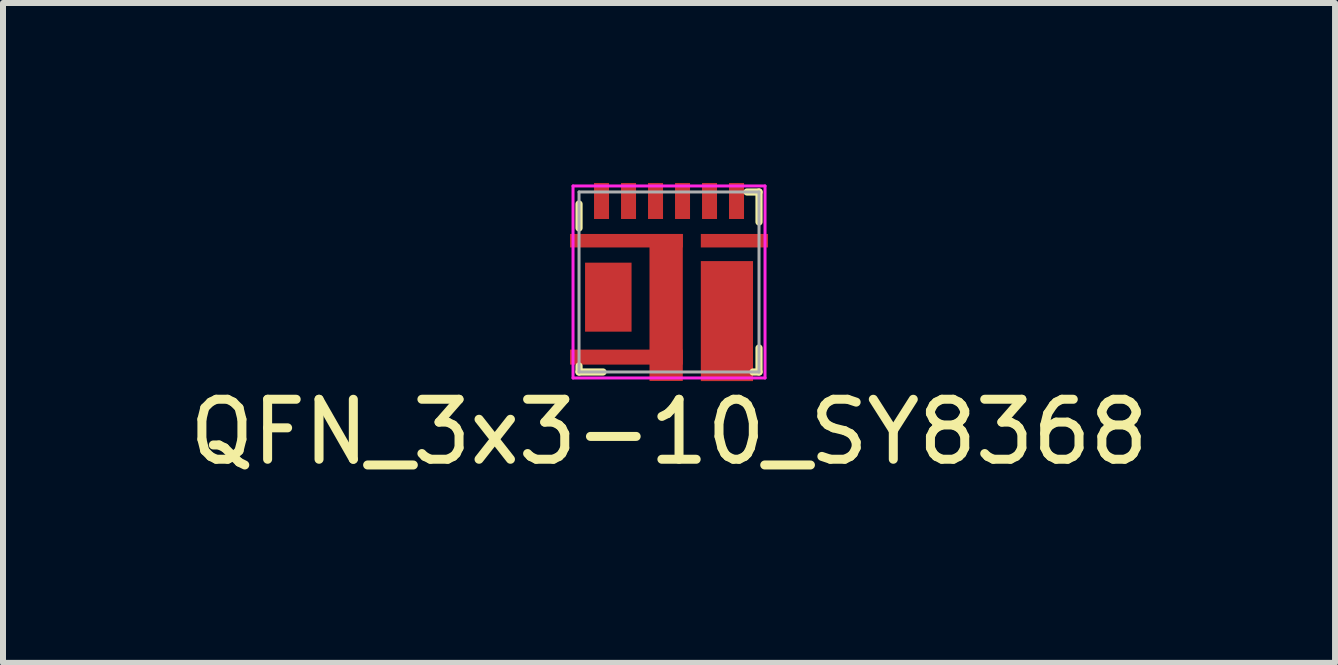
<source format=kicad_pcb>
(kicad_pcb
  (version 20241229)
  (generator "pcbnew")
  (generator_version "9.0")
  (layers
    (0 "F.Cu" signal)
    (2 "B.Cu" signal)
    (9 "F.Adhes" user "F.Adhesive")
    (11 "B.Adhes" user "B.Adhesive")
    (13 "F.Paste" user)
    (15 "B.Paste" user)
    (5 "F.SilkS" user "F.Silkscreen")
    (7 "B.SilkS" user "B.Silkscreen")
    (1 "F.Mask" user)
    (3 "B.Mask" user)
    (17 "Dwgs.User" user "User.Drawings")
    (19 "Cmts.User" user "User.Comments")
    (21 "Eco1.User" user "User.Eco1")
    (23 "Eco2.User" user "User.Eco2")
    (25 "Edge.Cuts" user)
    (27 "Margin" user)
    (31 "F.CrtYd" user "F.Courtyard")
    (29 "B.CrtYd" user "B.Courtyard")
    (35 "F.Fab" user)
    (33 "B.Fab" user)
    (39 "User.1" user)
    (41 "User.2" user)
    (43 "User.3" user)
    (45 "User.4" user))
  (footprint "QFN_3x3-10_SY8368"
    (layer "F.Cu")
    (at 8.101 1.65)
    (property "Reference" "QFN_3x3-10_SY8368" (at 0 2.5 0) (layer "F.SilkS") (effects (font (size 1 1) (thickness 0.15))))
    (attr smd)
    (fp_line (start -1.5 -1.3) (end -1.5 -0.9) (stroke (width 0.12) (type solid)) (layer "F.SilkS"))
    (fp_line (start -1.5 1.4) (end -1.5 1.5) (stroke (width 0.12) (type solid)) (layer "F.SilkS"))
    (fp_line (start -1.5 1.5) (end -1.1 1.5) (stroke (width 0.12) (type solid)) (layer "F.SilkS"))
    (fp_line (start 1.3 -1.5) (end 1.5 -1.5) (stroke (width 0.12) (type solid)) (layer "F.SilkS"))
    (fp_line (start 1.4 1.5) (end 1.5 1.5) (stroke (width 0.12) (type solid)) (layer "F.SilkS"))
    (fp_line (start 1.5 -1.5) (end 1.5 -1) (stroke (width 0.12) (type solid)) (layer "F.SilkS"))
    (fp_line (start 1.5 1.5) (end 1.5 1.1) (stroke (width 0.12) (type solid)) (layer "F.SilkS"))
    (fp_line (start -1.6 -1.6) (end 1.6 -1.6) (stroke (width 0.05) (type solid)) (layer "F.CrtYd"))
    (fp_line (start -1.6 1.6) (end -1.6 -1.6) (stroke (width 0.05) (type solid)) (layer "F.CrtYd"))
    (fp_line (start 1.6 -1.6) (end 1.6 1.6) (stroke (width 0.05) (type solid)) (layer "F.CrtYd"))
    (fp_line (start 1.6 1.6) (end -1.6 1.6) (stroke (width 0.05) (type solid)) (layer "F.CrtYd"))
    (fp_line (start -1.5 -1.5) (end 1.5 -1.5) (stroke (width 0.05) (type solid)) (layer "F.Fab"))
    (fp_line (start -1.5 1.5) (end -1.5 -1.5) (stroke (width 0.05) (type solid)) (layer "F.Fab"))
    (fp_line (start 1.5 -1.5) (end 1.5 1.5) (stroke (width 0.05) (type solid)) (layer "F.Fab"))
    (fp_line (start 1.5 1.5) (end -1.5 1.5) (stroke (width 0.05) (type solid)) (layer "F.Fab"))
    (pad "" smd rect (at -1.282 -0.688) (size 0.4 0.175) (layers "F.Paste"))
    (pad "" smd rect (at -1.282 1.252) (size 0.4 0.175) (layers "F.Paste"))
    (pad "" smd rect (at -1.012 0.253) (size 0.6 0.8) (layers "F.Paste"))
    (pad "" smd rect (at -0.613 -0.688) (size 0.4 0.175) (layers "F.Paste"))
    (pad "" smd rect (at -0.613 1.252) (size 0.4 0.175) (layers "F.Paste"))
    (pad "" smd rect (at -0.043 -0.338) (size 0.4 0.6) (layers "F.Paste"))
    (pad "" smd rect (at -0.043 0.463) (size 0.4 0.6) (layers "F.Paste"))
    (pad "" smd rect (at -0.043 1.262) (size 0.4 0.6) (layers "F.Paste"))
    (pad "" smd rect (at 0.787 -0.688) (size 0.4 0.175) (layers "F.Paste"))
    (pad "" smd rect (at 0.958 0.152) (size 0.6 0.8) (layers "F.Paste"))
    (pad "" smd rect (at 0.958 1.163) (size 0.6 0.8) (layers "F.Paste"))
    (pad "" smd rect (at 1.387 -0.688) (size 0.4 0.175) (layers "F.Paste"))
    (pad "1" smd rect (at -1.125 -1.35) (size 0.25 0.6) (layers "F.Cu" "F.Mask" "F.Paste"))
    (pad "2" smd rect (at -0.675 -1.35) (size 0.25 0.6) (layers "F.Cu" "F.Mask" "F.Paste"))
    (pad "3" smd rect (at -0.225 -1.35) (size 0.25 0.6) (layers "F.Cu" "F.Mask" "F.Paste"))
    (pad "4" smd rect (at 0.225 -1.35) (size 0.25 0.6) (layers "F.Cu" "F.Mask" "F.Paste"))
    (pad "5" smd rect (at 0.675 -1.35) (size 0.25 0.6) (layers "F.Cu" "F.Mask" "F.Paste"))
    (pad "6" smd rect (at 1.125 -1.35) (size 0.25 0.6) (layers "F.Cu" "F.Mask" "F.Paste"))
    (pad "7" smd rect (at 1.09 -0.688) (size 1.12 0.225) (layers "F.Cu" "F.Mask"))
    (pad "8" smd rect (at 0.965 0.652) (size 0.87 2) (layers "F.Cu" "F.Mask"))
    (pad "9" smd rect (at -0.71 -0.688) (size 1.88 0.225) (layers "F.Cu" "F.Mask"))
    (pad "9" smd rect (at -0.71 1.252) (size 1.88 0.25) (layers "F.Cu" "F.Mask"))
    (pad "9" smd rect (at -0.048 0.425) (size 0.555 2.45) (layers "F.Cu" "F.Mask"))
    (pad "10" smd rect (at -1.012 0.253) (size 0.775 1.15) (layers "F.Cu" "F.Mask")))
  (gr_rect
    (start -3 -3)
    (end 19.202 7.998)
    (stroke (width 0.1) (type default))
    (fill no)
    (layer "Edge.Cuts")))
</source>
